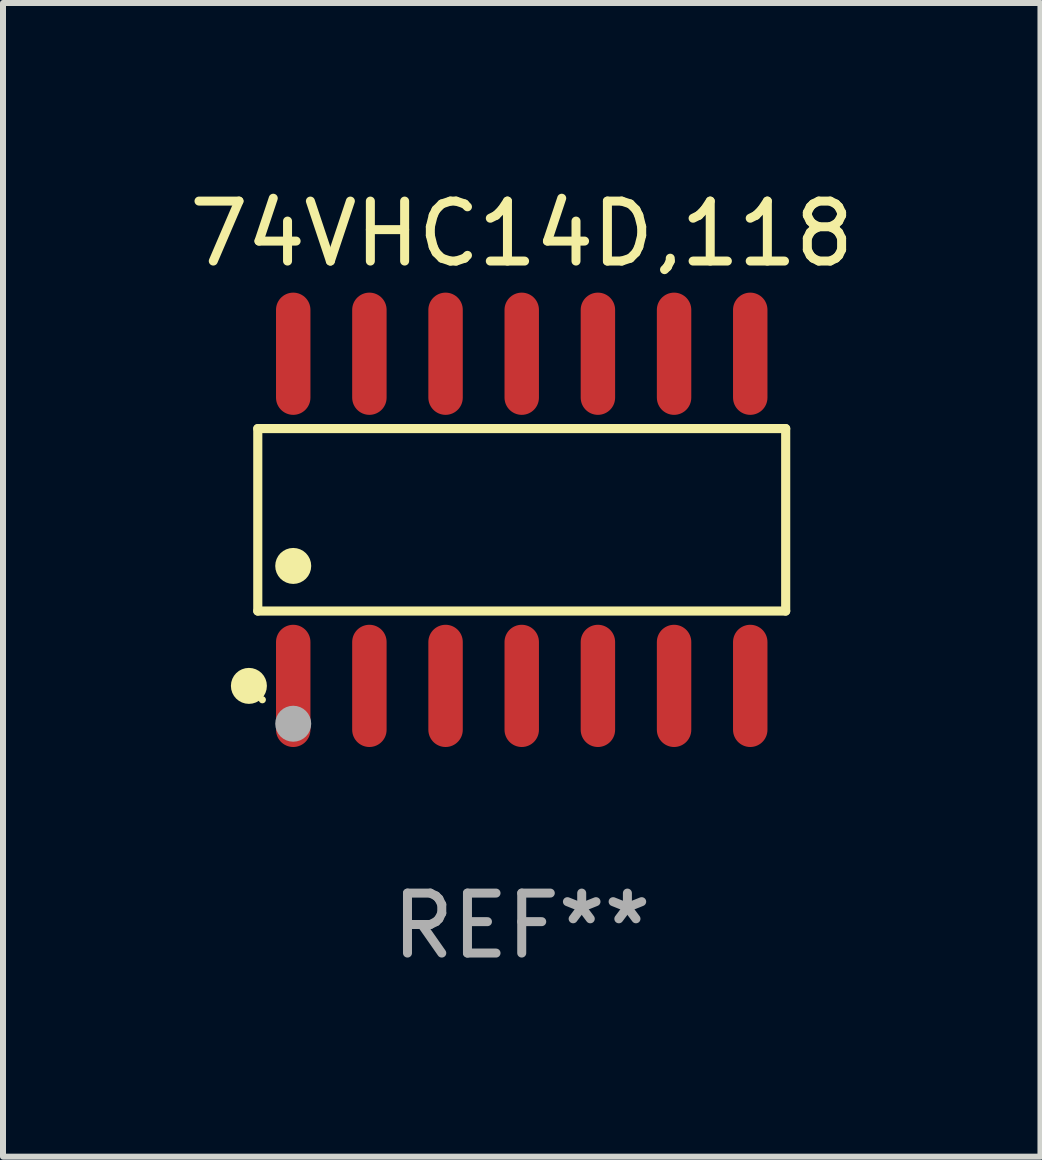
<source format=kicad_pcb>
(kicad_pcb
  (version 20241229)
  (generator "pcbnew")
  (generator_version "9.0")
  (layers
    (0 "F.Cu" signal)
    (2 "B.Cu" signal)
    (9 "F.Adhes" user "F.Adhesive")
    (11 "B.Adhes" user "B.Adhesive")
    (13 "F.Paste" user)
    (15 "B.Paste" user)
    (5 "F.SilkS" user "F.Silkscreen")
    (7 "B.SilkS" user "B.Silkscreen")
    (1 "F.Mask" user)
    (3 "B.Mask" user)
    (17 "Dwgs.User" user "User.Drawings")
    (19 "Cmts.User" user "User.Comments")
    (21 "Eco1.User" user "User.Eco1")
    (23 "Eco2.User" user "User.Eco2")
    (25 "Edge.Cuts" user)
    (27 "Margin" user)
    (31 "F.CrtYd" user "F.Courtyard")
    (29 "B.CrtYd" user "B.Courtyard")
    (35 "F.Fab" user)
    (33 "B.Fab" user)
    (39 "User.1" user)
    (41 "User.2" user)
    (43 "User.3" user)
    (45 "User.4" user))
  (footprint "74VHC14D,118"
    (layer "F.Cu")
    (at 5.649 5.617)
    (property "Reference" "74VHC14D,118" (at 0 -4.769 0) (layer "F.SilkS") (effects (font (size 1 1) (thickness 0.15))))
    (attr through_hole)
    (fp_line (start -4.401 -1.521) (end 4.401 -1.521) (stroke (width 0.152) (type solid)) (layer "F.SilkS"))
    (fp_line (start -4.401 1.521) (end -4.401 -1.521) (stroke (width 0.152) (type solid)) (layer "F.SilkS"))
    (fp_line (start 4.401 -1.521) (end 4.401 1.521) (stroke (width 0.152) (type solid)) (layer "F.SilkS"))
    (fp_line (start 4.401 1.521) (end -4.401 1.521) (stroke (width 0.152) (type solid)) (layer "F.SilkS"))
    (fp_circle (center -4.549 2.769) (end -4.399 2.769) (stroke (width 0.3) (type solid)) (fill no) (layer "F.SilkS"))
    (fp_circle (center -4.325 3) (end -4.295 3) (stroke (width 0.06) (type solid)) (fill no) (layer "F.SilkS"))
    (fp_circle (center -3.81 0.769) (end -3.66 0.769) (stroke (width 0.3) (type solid)) (fill no) (layer "F.SilkS"))
    (fp_circle (center -3.81 3.4) (end -3.66 3.4) (stroke (width 0.3) (type solid)) (fill no) (layer "F.Fab"))
    (fp_text user "REF**" (at 0 6.769 0) (layer "F.Fab") (effects (font (size 1 1) (thickness 0.15))))
    (pad "1" smd oval (at -3.81 2.769) (size 0.574 2.038) (layers "F.Cu" "F.Mask" "F.Paste"))
    (pad "2" smd oval (at -2.54 2.769) (size 0.574 2.038) (layers "F.Cu" "F.Mask" "F.Paste"))
    (pad "3" smd oval (at -1.27 2.769) (size 0.574 2.038) (layers "F.Cu" "F.Mask" "F.Paste"))
    (pad "4" smd oval (at 0 2.769) (size 0.574 2.038) (layers "F.Cu" "F.Mask" "F.Paste"))
    (pad "5" smd oval (at 1.27 2.769) (size 0.574 2.038) (layers "F.Cu" "F.Mask" "F.Paste"))
    (pad "6" smd oval (at 2.54 2.769) (size 0.574 2.038) (layers "F.Cu" "F.Mask" "F.Paste"))
    (pad "7" smd oval (at 3.81 2.769) (size 0.574 2.038) (layers "F.Cu" "F.Mask" "F.Paste"))
    (pad "8" smd oval (at 3.81 -2.769) (size 0.574 2.038) (layers "F.Cu" "F.Mask" "F.Paste"))
    (pad "9" smd oval (at 2.54 -2.769) (size 0.574 2.038) (layers "F.Cu" "F.Mask" "F.Paste"))
    (pad "10" smd oval (at 1.27 -2.769) (size 0.574 2.038) (layers "F.Cu" "F.Mask" "F.Paste"))
    (pad "11" smd oval (at 0 -2.769) (size 0.574 2.038) (layers "F.Cu" "F.Mask" "F.Paste"))
    (pad "12" smd oval (at -1.27 -2.769) (size 0.574 2.038) (layers "F.Cu" "F.Mask" "F.Paste"))
    (pad "13" smd oval (at -2.54 -2.769) (size 0.574 2.038) (layers "F.Cu" "F.Mask" "F.Paste"))
    (pad "14" smd oval (at -3.81 -2.769) (size 0.574 2.038) (layers "F.Cu" "F.Mask" "F.Paste")))
  (gr_rect
    (start -3 -3)
    (end 14.298 16.235)
    (stroke (width 0.1) (type default))
    (fill no)
    (layer "Edge.Cuts")))
</source>
